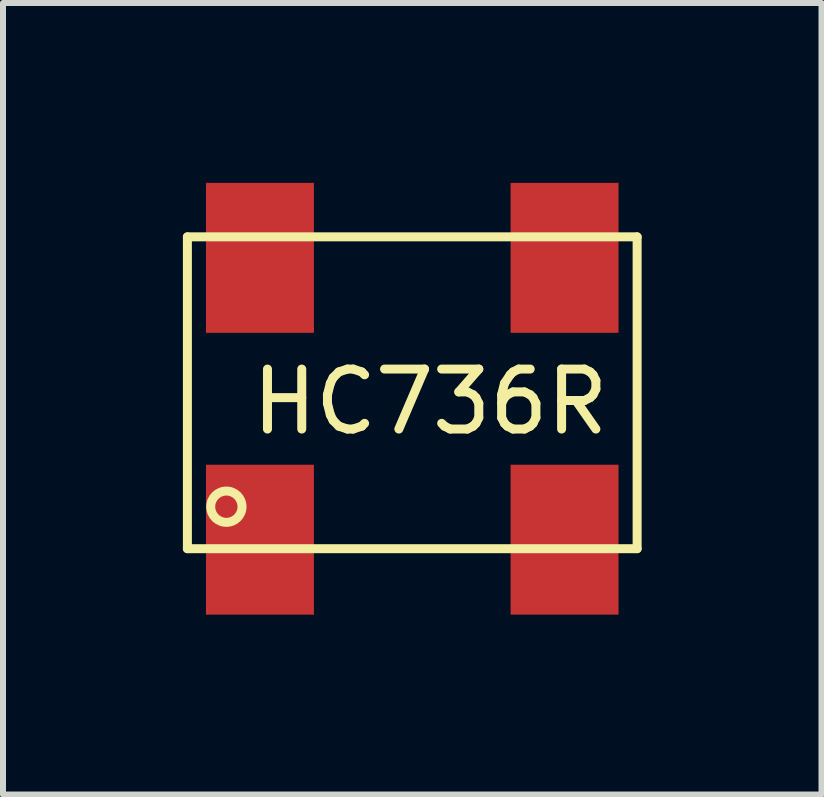
<source format=kicad_pcb>
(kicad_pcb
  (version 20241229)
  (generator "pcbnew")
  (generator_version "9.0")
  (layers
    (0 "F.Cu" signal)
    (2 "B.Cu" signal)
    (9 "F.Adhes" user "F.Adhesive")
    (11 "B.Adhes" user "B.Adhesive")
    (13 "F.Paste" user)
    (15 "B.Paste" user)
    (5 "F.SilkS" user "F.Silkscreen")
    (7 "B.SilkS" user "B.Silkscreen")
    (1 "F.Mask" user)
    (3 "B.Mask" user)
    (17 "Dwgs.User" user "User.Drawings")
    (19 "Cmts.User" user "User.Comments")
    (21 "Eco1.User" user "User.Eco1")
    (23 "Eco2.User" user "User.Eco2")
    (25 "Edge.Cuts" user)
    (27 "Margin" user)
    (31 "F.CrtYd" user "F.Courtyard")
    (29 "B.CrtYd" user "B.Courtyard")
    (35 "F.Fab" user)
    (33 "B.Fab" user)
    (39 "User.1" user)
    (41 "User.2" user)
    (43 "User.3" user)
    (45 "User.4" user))
  (footprint "HC736R"
    (layer "F.Cu")
    (at 3.825 3.5)
    (property "Reference" "HC736R" (at 0.3 0.15 0) (layer "F.SilkS") (effects (font (size 1 1) (thickness 0.15))))
    (attr through_hole)
    (fp_line (start -3.75 -2.6) (end 3.75 -2.6) (stroke (width 0.15) (type solid)) (layer "F.SilkS"))
    (fp_line (start -3.75 2.6) (end -3.75 -2.6) (stroke (width 0.15) (type solid)) (layer "F.SilkS"))
    (fp_line (start 3.75 -2.6) (end 3.75 2.6) (stroke (width 0.15) (type solid)) (layer "F.SilkS"))
    (fp_line (start 3.75 2.6) (end -3.75 2.6) (stroke (width 0.15) (type solid)) (layer "F.SilkS"))
    (fp_circle (center -3.1 1.9) (end -3.025 2.15) (stroke (width 0.15) (type solid)) (fill no) (layer "F.SilkS"))
    (pad "1" smd rect (at -2.54 2.45) (size 1.8 2.5) (layers "F.Cu" "F.Mask" "F.Paste"))
    (pad "2" smd rect (at 2.54 2.45) (size 1.8 2.5) (layers "F.Cu" "F.Mask" "F.Paste"))
    (pad "3" smd rect (at 2.54 -2.25) (size 1.8 2.5) (layers "F.Cu" "F.Mask" "F.Paste"))
    (pad "4" smd rect (at -2.54 -2.25) (size 1.8 2.5) (layers "F.Cu" "F.Mask" "F.Paste")))
  (gr_rect
    (start -3 -3)
    (end 10.65 10.2)
    (stroke (width 0.1) (type default))
    (fill no)
    (layer "Edge.Cuts")))
</source>
